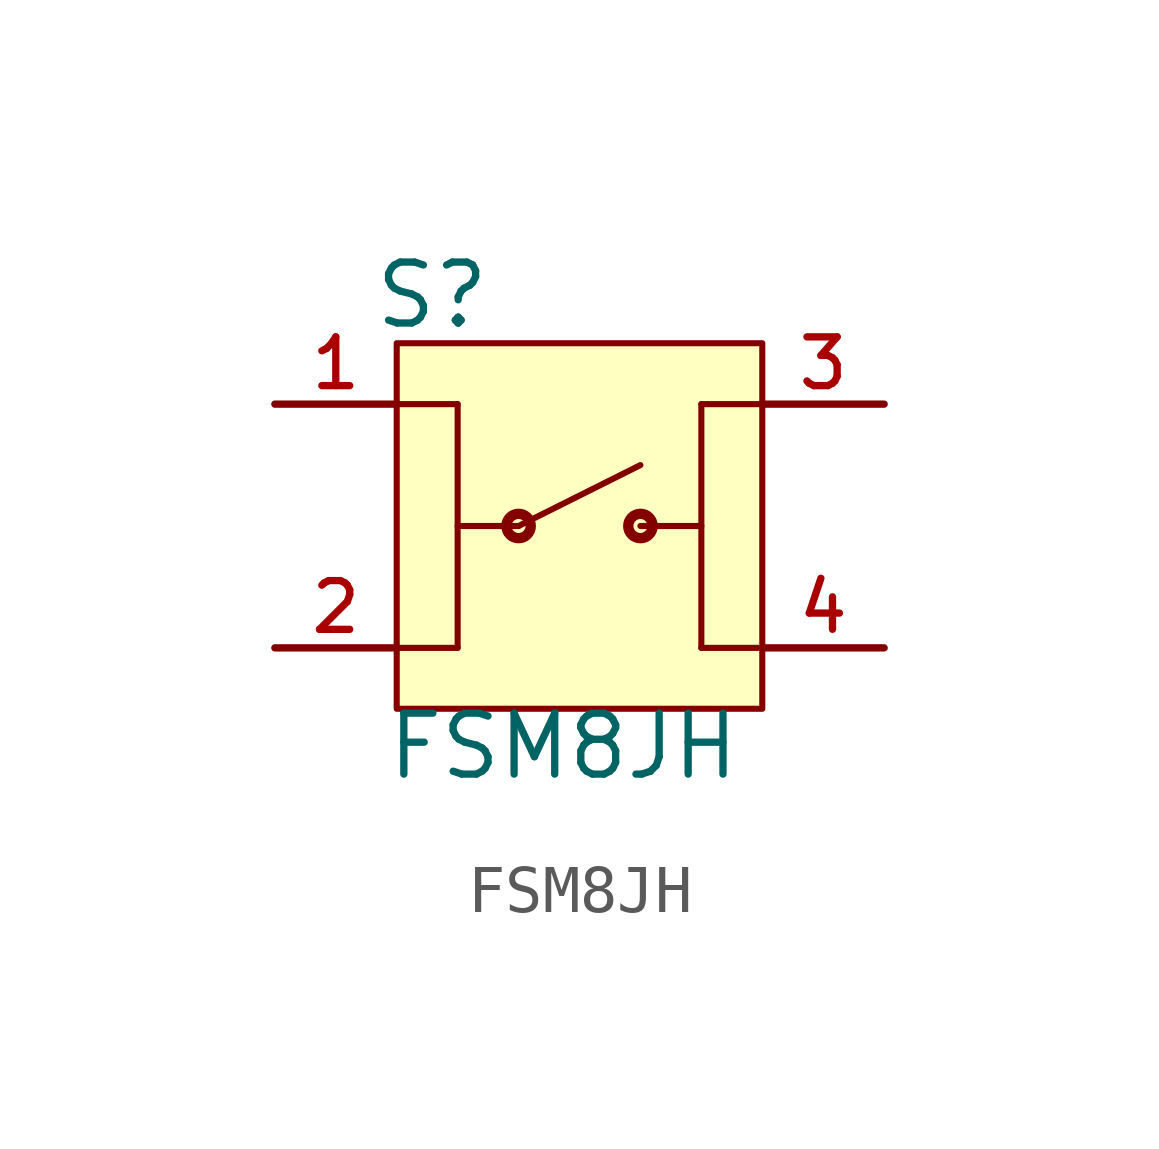
<source format=kicad_sym>
(kicad_symbol_lib
  (version 20211014)
  (generator kicad_symbol_editor)
  (symbol "FSM8JH"
    (pin_names
      (offset 1.016))
    (property "Reference" "S"
      (at -4.322 4.068 0)
      (effects (font (size 1.27 1.27)) (justify bottom left)))
    (property "Value" "FSM8JH"
      (at -4.064 -5.335 0)
      (effects (font (size 1.27 1.27)) (justify bottom left)))
    (symbol "FSM8JH_0_0"
      (circle (center -1.27 0.0) (radius 0.254) (stroke (width 0.216)) (fill (type none)))
      (circle (center 1.27 0.0) (radius 0.254) (stroke (width 0.216)) (fill (type none)))
      (polyline (pts (xy -1.27 0.0) (xy 1.27 1.27)) (stroke (width 0.127)))
      (polyline (pts (xy -2.54 0.0) (xy -1.27 0.0)) (stroke (width 0.127)))
      (polyline (pts (xy 1.27 0.0) (xy 2.54 0.0)) (stroke (width 0.127)))
      (polyline (pts (xy -3.81 2.54) (xy -2.54 2.54)) (stroke (width 0.127)))
      (polyline (pts (xy -2.54 2.54) (xy -2.54 -2.54)) (stroke (width 0.127)))
      (polyline (pts (xy -2.54 -2.54) (xy -3.81 -2.54)) (stroke (width 0.127)))
      (polyline (pts (xy 3.81 2.54) (xy 2.54 2.54)) (stroke (width 0.127)))
      (polyline (pts (xy 2.54 2.54) (xy 2.54 -2.54)) (stroke (width 0.127)))
      (polyline (pts (xy 2.54 -2.54) (xy 3.81 -2.54)) (stroke (width 0.127)))
      (rectangle (start -3.81 -3.81) (end 3.81 3.81) (stroke (width 0.127)) (fill (type background)))
      (pin passive line (at -6.35 2.54 0) (length 2.54) (name "~" (effects (font (size 1.016 1.016)))) (number "1" (effects (font (size 1.016 1.016)))))
      (pin passive line (at -6.35 -2.54 0) (length 2.54) (name "~" (effects (font (size 1.016 1.016)))) (number "2" (effects (font (size 1.016 1.016)))))
      (pin passive line (at 6.35 2.54 180.0) (length 2.54) (name "~" (effects (font (size 1.016 1.016)))) (number "3" (effects (font (size 1.016 1.016)))))
      (pin passive line (at 6.35 -2.54 180.0) (length 2.54) (name "~" (effects (font (size 1.016 1.016)))) (number "4" (effects (font (size 1.016 1.016))))))))
</source>
